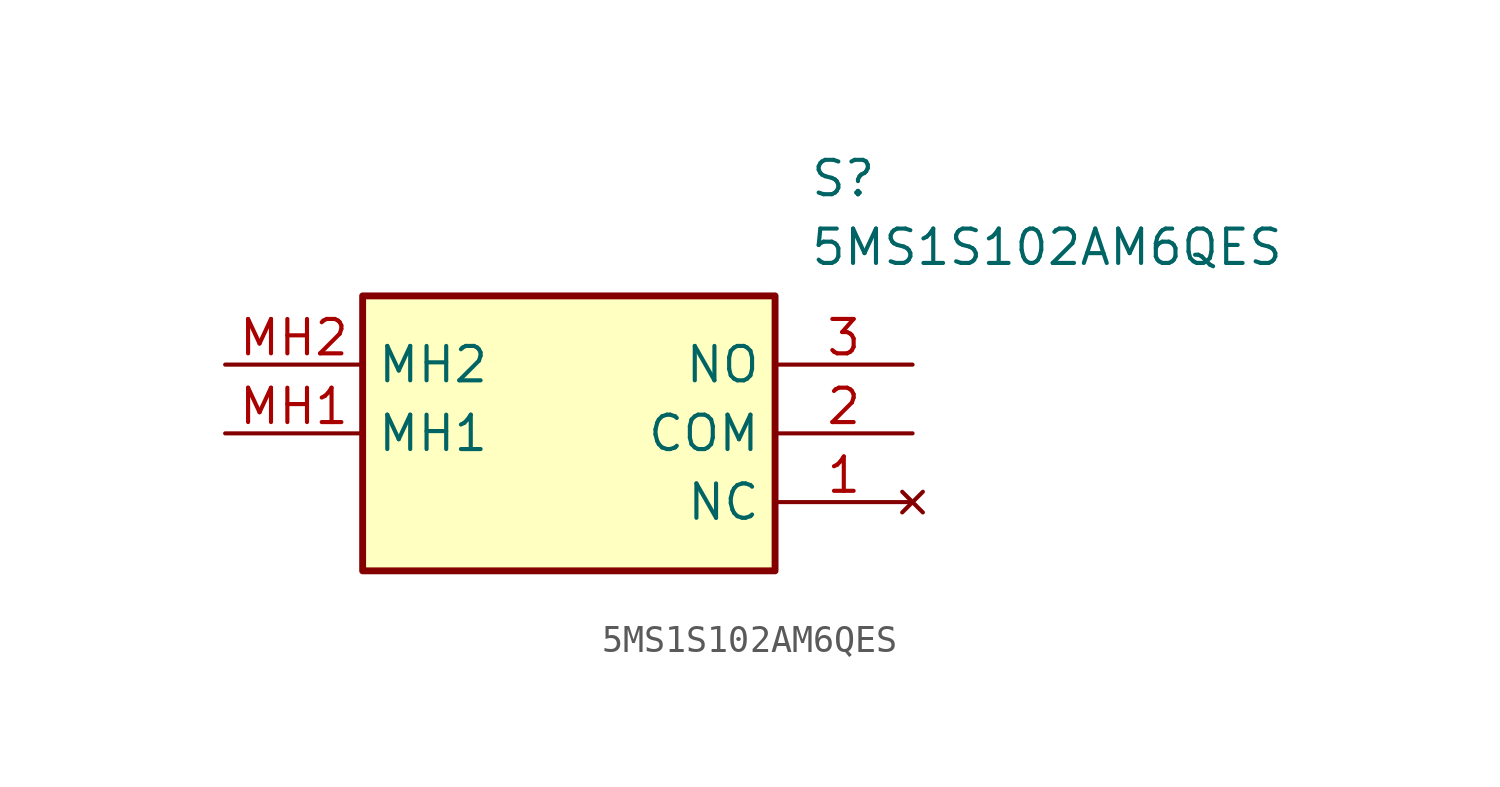
<source format=kicad_sym>
(kicad_symbol_lib
  (version 20211014)
  (generator SamacSys_ECAD_Model)
  (symbol "5MS1S102AM6QES"
    (property "Reference" "S"
      (at 21.59 7.62 0)
      (effects (font (size 1.27 1.27)) (justify left top)))
    (property "Value" "5MS1S102AM6QES"
      (at 21.59 5.08 0)
      (effects (font (size 1.27 1.27)) (justify left top)))
    (rectangle
      (start 5.08 2.54)
      (end 20.32 -7.62)
      (stroke (width 0.254) (type default))
      (fill (type background)))
    (pin no_connect line
      (at 25.4 -5.08 180)
      (length 5.08)
      (name "NC" (effects (font (size 1.27 1.27))))
      (number "1" (effects (font (size 1.27 1.27)))))
    (pin passive line
      (at 25.4 -2.54 180)
      (length 5.08)
      (name "COM" (effects (font (size 1.27 1.27))))
      (number "2" (effects (font (size 1.27 1.27)))))
    (pin passive line
      (at 25.4 0 180)
      (length 5.08)
      (name "NO" (effects (font (size 1.27 1.27))))
      (number "3" (effects (font (size 1.27 1.27)))))
    (pin passive line
      (at 0 -2.54 0)
      (length 5.08)
      (name "MH1" (effects (font (size 1.27 1.27))))
      (number "MH1" (effects (font (size 1.27 1.27)))))
    (pin passive line
      (at 0 0 0)
      (length 5.08)
      (name "MH2" (effects (font (size 1.27 1.27))))
      (number "MH2" (effects (font (size 1.27 1.27)))))))
</source>
